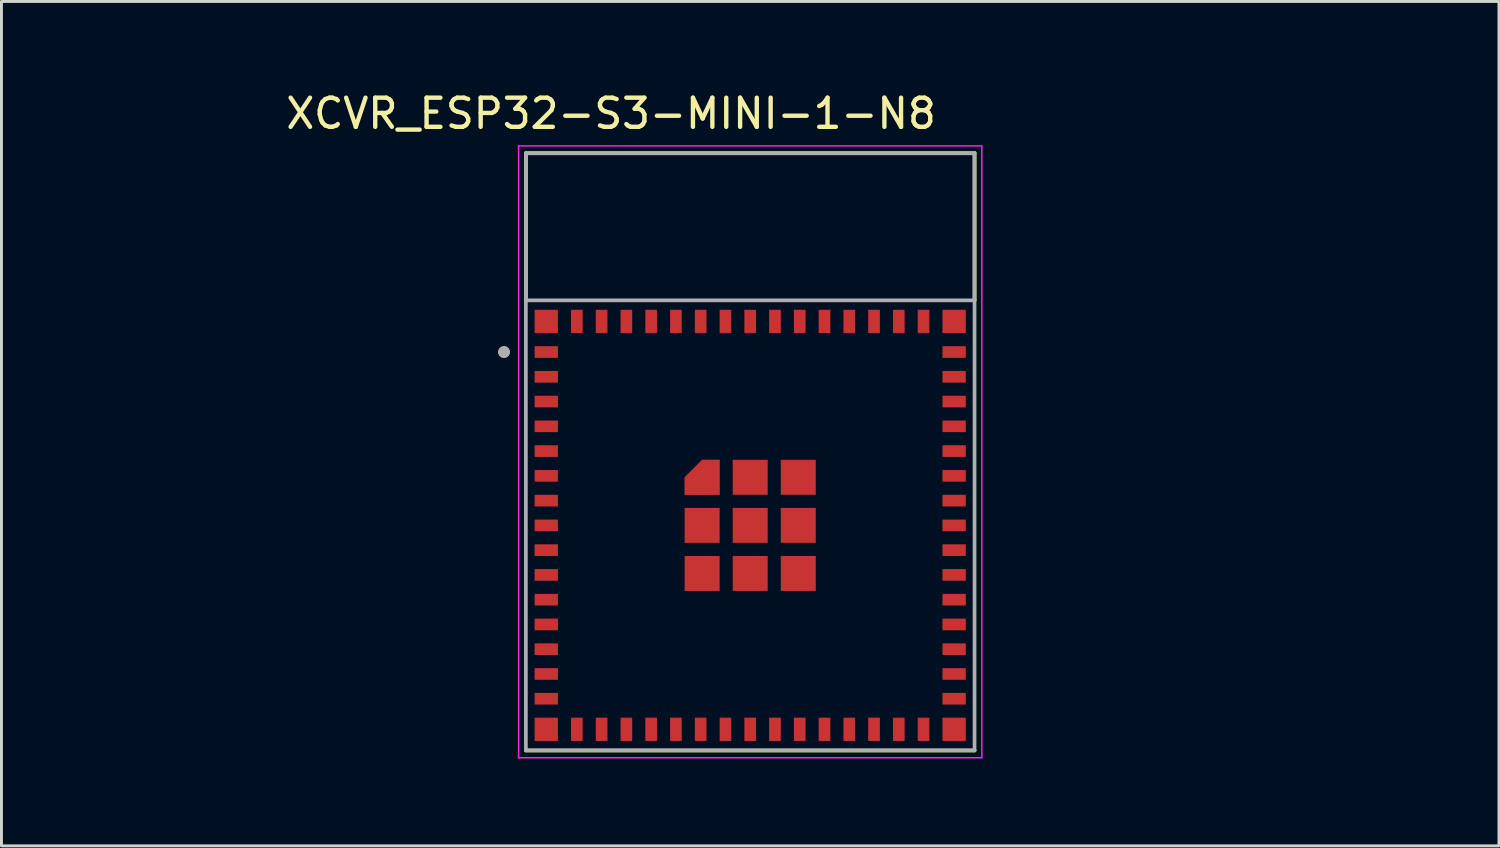
<source format=kicad_pcb>
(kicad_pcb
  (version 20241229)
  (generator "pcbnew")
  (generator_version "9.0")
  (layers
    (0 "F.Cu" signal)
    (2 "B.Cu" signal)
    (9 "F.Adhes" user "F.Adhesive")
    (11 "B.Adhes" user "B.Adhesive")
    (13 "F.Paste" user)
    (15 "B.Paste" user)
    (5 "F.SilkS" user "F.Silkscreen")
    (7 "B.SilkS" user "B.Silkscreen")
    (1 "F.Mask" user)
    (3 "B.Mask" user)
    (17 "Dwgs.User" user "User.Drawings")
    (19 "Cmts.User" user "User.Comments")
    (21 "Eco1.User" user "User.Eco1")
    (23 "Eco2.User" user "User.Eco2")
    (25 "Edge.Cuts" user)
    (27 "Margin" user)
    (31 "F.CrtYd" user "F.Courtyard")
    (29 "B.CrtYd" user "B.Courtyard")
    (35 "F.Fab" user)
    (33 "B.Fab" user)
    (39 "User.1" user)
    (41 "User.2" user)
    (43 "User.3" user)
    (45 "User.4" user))
  (footprint "XCVR_ESP32-S3-MINI-1-N8"
    (layer "F.Cu")
    (at 22.7 14.983)
    (property "Reference" "XCVR_ESP32-S3-MINI-1-N8" (at -4.775 -14.135 0) (layer "F.SilkS") (effects (font (size 1 1) (thickness 0.15))))
    (attr smd)
    (fp_poly (pts (xy -2.35 -0.95) (xy -0.95 -0.95) (xy -0.95 -2.35) (xy -1.7 -2.35) (xy -2.35 -1.7)) (stroke (width 0.01) (type solid)) (fill yes) (layer "F.Mask"))
    (fp_line (start -7.7 -12.775) (end 7.7 -12.775) (stroke (width 0.127) (type solid)) (layer "F.SilkS"))
    (fp_line (start -7.7 -7.725) (end -7.7 -12.775) (stroke (width 0.127) (type solid)) (layer "F.SilkS"))
    (fp_line (start 7.7 -12.775) (end 7.7 -7.725) (stroke (width 0.127) (type solid)) (layer "F.SilkS"))
    (fp_line (start 7.7 7.725) (end -7.7 7.725) (stroke (width 0.127) (type solid)) (layer "F.SilkS"))
    (fp_circle (center -8.45 -5.95) (end -8.35 -5.95) (stroke (width 0.2) (type solid)) (fill no) (layer "F.SilkS"))
    (fp_poly (pts (xy -2.25 -1.05) (xy -1.05 -1.05) (xy -1.05 -2.25) (xy -1.65 -2.25) (xy -2.25 -1.65)) (stroke (width 0.01) (type solid)) (fill yes) (layer "F.Paste"))
    (fp_line (start -7.95 -13.025) (end -7.95 7.975) (stroke (width 0.05) (type solid)) (layer "F.CrtYd"))
    (fp_line (start -7.95 7.975) (end 7.95 7.975) (stroke (width 0.05) (type solid)) (layer "F.CrtYd"))
    (fp_line (start 7.95 -13.025) (end -7.95 -13.025) (stroke (width 0.05) (type solid)) (layer "F.CrtYd"))
    (fp_line (start 7.95 7.975) (end 7.95 -13.025) (stroke (width 0.05) (type solid)) (layer "F.CrtYd"))
    (fp_line (start -7.7 -12.775) (end 7.7 -12.775) (stroke (width 0.127) (type solid)) (layer "F.Fab"))
    (fp_line (start -7.7 -7.725) (end -7.7 -12.775) (stroke (width 0.127) (type solid)) (layer "F.Fab"))
    (fp_line (start -7.7 -7.725) (end 7.7 -7.725) (stroke (width 0.127) (type solid)) (layer "F.Fab"))
    (fp_line (start -7.7 7.725) (end -7.7 -7.725) (stroke (width 0.127) (type solid)) (layer "F.Fab"))
    (fp_line (start 7.7 -12.775) (end 7.7 -7.725) (stroke (width 0.127) (type solid)) (layer "F.Fab"))
    (fp_line (start 7.7 -7.725) (end 7.7 7.725) (stroke (width 0.127) (type solid)) (layer "F.Fab"))
    (fp_line (start 7.7 7.725) (end -7.7 7.725) (stroke (width 0.127) (type solid)) (layer "F.Fab"))
    (fp_circle (center -8.45 -5.95) (end -8.35 -5.95) (stroke (width 0.2) (type solid)) (fill no) (layer "F.Fab"))
    (pad "1" smd rect (at -7 -5.95) (size 0.8 0.4) (layers "F.Cu" "F.Mask" "F.Paste"))
    (pad "2" smd rect (at -7 -5.1) (size 0.8 0.4) (layers "F.Cu" "F.Mask" "F.Paste"))
    (pad "3" smd rect (at -7 -4.25) (size 0.8 0.4) (layers "F.Cu" "F.Mask" "F.Paste"))
    (pad "4" smd rect (at -7 -3.4) (size 0.8 0.4) (layers "F.Cu" "F.Mask" "F.Paste"))
    (pad "5" smd rect (at -7 -2.55) (size 0.8 0.4) (layers "F.Cu" "F.Mask" "F.Paste"))
    (pad "6" smd rect (at -7 -1.7) (size 0.8 0.4) (layers "F.Cu" "F.Mask" "F.Paste"))
    (pad "7" smd rect (at -7 -0.85) (size 0.8 0.4) (layers "F.Cu" "F.Mask" "F.Paste"))
    (pad "8" smd rect (at -7 0) (size 0.8 0.4) (layers "F.Cu" "F.Mask" "F.Paste"))
    (pad "9" smd rect (at -7 0.85) (size 0.8 0.4) (layers "F.Cu" "F.Mask" "F.Paste"))
    (pad "10" smd rect (at -7 1.7) (size 0.8 0.4) (layers "F.Cu" "F.Mask" "F.Paste"))
    (pad "11" smd rect (at -7 2.55) (size 0.8 0.4) (layers "F.Cu" "F.Mask" "F.Paste"))
    (pad "12" smd rect (at -7 3.4) (size 0.8 0.4) (layers "F.Cu" "F.Mask" "F.Paste"))
    (pad "13" smd rect (at -7 4.25) (size 0.8 0.4) (layers "F.Cu" "F.Mask" "F.Paste"))
    (pad "14" smd rect (at -7 5.1) (size 0.8 0.4) (layers "F.Cu" "F.Mask" "F.Paste"))
    (pad "15" smd rect (at -7 5.95) (size 0.8 0.4) (layers "F.Cu" "F.Mask" "F.Paste"))
    (pad "16" smd rect (at -5.95 7) (size 0.4 0.8) (layers "F.Cu" "F.Mask" "F.Paste"))
    (pad "17" smd rect (at -5.1 7) (size 0.4 0.8) (layers "F.Cu" "F.Mask" "F.Paste"))
    (pad "18" smd rect (at -4.25 7) (size 0.4 0.8) (layers "F.Cu" "F.Mask" "F.Paste"))
    (pad "19" smd rect (at -3.4 7) (size 0.4 0.8) (layers "F.Cu" "F.Mask" "F.Paste"))
    (pad "20" smd rect (at -2.55 7) (size 0.4 0.8) (layers "F.Cu" "F.Mask" "F.Paste"))
    (pad "21" smd rect (at -1.7 7) (size 0.4 0.8) (layers "F.Cu" "F.Mask" "F.Paste"))
    (pad "22" smd rect (at -0.85 7) (size 0.4 0.8) (layers "F.Cu" "F.Mask" "F.Paste"))
    (pad "23" smd rect (at 0 7) (size 0.4 0.8) (layers "F.Cu" "F.Mask" "F.Paste"))
    (pad "24" smd rect (at 0.85 7) (size 0.4 0.8) (layers "F.Cu" "F.Mask" "F.Paste"))
    (pad "25" smd rect (at 1.7 7) (size 0.4 0.8) (layers "F.Cu" "F.Mask" "F.Paste"))
    (pad "26" smd rect (at 2.55 7) (size 0.4 0.8) (layers "F.Cu" "F.Mask" "F.Paste"))
    (pad "27" smd rect (at 3.4 7) (size 0.4 0.8) (layers "F.Cu" "F.Mask" "F.Paste"))
    (pad "28" smd rect (at 4.25 7) (size 0.4 0.8) (layers "F.Cu" "F.Mask" "F.Paste"))
    (pad "29" smd rect (at 5.1 7) (size 0.4 0.8) (layers "F.Cu" "F.Mask" "F.Paste"))
    (pad "30" smd rect (at 5.95 7) (size 0.4 0.8) (layers "F.Cu" "F.Mask" "F.Paste"))
    (pad "31" smd rect (at 7 5.95) (size 0.8 0.4) (layers "F.Cu" "F.Mask" "F.Paste"))
    (pad "32" smd rect (at 7 5.1) (size 0.8 0.4) (layers "F.Cu" "F.Mask" "F.Paste"))
    (pad "33" smd rect (at 7 4.25) (size 0.8 0.4) (layers "F.Cu" "F.Mask" "F.Paste"))
    (pad "34" smd rect (at 7 3.4) (size 0.8 0.4) (layers "F.Cu" "F.Mask" "F.Paste"))
    (pad "35" smd rect (at 7 2.55) (size 0.8 0.4) (layers "F.Cu" "F.Mask" "F.Paste"))
    (pad "36" smd rect (at 7 1.7) (size 0.8 0.4) (layers "F.Cu" "F.Mask" "F.Paste"))
    (pad "37" smd rect (at 7 0.85) (size 0.8 0.4) (layers "F.Cu" "F.Mask" "F.Paste"))
    (pad "38" smd rect (at 7 0) (size 0.8 0.4) (layers "F.Cu" "F.Mask" "F.Paste"))
    (pad "39" smd rect (at 7 -0.85) (size 0.8 0.4) (layers "F.Cu" "F.Mask" "F.Paste"))
    (pad "40" smd rect (at 7 -1.7) (size 0.8 0.4) (layers "F.Cu" "F.Mask" "F.Paste"))
    (pad "41" smd rect (at 7 -2.55) (size 0.8 0.4) (layers "F.Cu" "F.Mask" "F.Paste"))
    (pad "42" smd rect (at 7 -3.4) (size 0.8 0.4) (layers "F.Cu" "F.Mask" "F.Paste"))
    (pad "43" smd rect (at 7 -4.25) (size 0.8 0.4) (layers "F.Cu" "F.Mask" "F.Paste"))
    (pad "44" smd rect (at 7 -5.1) (size 0.8 0.4) (layers "F.Cu" "F.Mask" "F.Paste"))
    (pad "45" smd rect (at 7 -5.95) (size 0.8 0.4) (layers "F.Cu" "F.Mask" "F.Paste"))
    (pad "46" smd rect (at 5.95 -7) (size 0.4 0.8) (layers "F.Cu" "F.Mask" "F.Paste"))
    (pad "47" smd rect (at 5.1 -7) (size 0.4 0.8) (layers "F.Cu" "F.Mask" "F.Paste"))
    (pad "48" smd rect (at 4.25 -7) (size 0.4 0.8) (layers "F.Cu" "F.Mask" "F.Paste"))
    (pad "49" smd rect (at 3.4 -7) (size 0.4 0.8) (layers "F.Cu" "F.Mask" "F.Paste"))
    (pad "50" smd rect (at 2.55 -7) (size 0.4 0.8) (layers "F.Cu" "F.Mask" "F.Paste"))
    (pad "51" smd rect (at 1.7 -7) (size 0.4 0.8) (layers "F.Cu" "F.Mask" "F.Paste"))
    (pad "52" smd rect (at 0.85 -7) (size 0.4 0.8) (layers "F.Cu" "F.Mask" "F.Paste"))
    (pad "53" smd rect (at 0 -7) (size 0.4 0.8) (layers "F.Cu" "F.Mask" "F.Paste"))
    (pad "54" smd rect (at -0.85 -7) (size 0.4 0.8) (layers "F.Cu" "F.Mask" "F.Paste"))
    (pad "55" smd rect (at -1.7 -7) (size 0.4 0.8) (layers "F.Cu" "F.Mask" "F.Paste"))
    (pad "56" smd rect (at -2.55 -7) (size 0.4 0.8) (layers "F.Cu" "F.Mask" "F.Paste"))
    (pad "57" smd rect (at -3.4 -7) (size 0.4 0.8) (layers "F.Cu" "F.Mask" "F.Paste"))
    (pad "58" smd rect (at -4.25 -7) (size 0.4 0.8) (layers "F.Cu" "F.Mask" "F.Paste"))
    (pad "59" smd rect (at -5.1 -7) (size 0.4 0.8) (layers "F.Cu" "F.Mask" "F.Paste"))
    (pad "60" smd rect (at -5.95 -7) (size 0.4 0.8) (layers "F.Cu" "F.Mask" "F.Paste"))
    (pad "61" smd rect (at 0 0) (size 1.2 1.2) (layers "F.Cu" "F.Mask" "F.Paste"))
    (pad "61_1" smd custom (at -1.65 -1.65) (size 0.4 0.4) (layers "F.Cu") (options (anchor rect)) (primitives (gr_poly (pts (xy -0.6 0.6) (xy 0.6 0.6) (xy 0.6 -0.6) (xy 0 -0.6) (xy -0.6 0)) (width 0.01) (fill yes))))
    (pad "61_2" smd rect (at 0 -1.65) (size 1.2 1.2) (layers "F.Cu" "F.Mask" "F.Paste"))
    (pad "61_3" smd rect (at 1.65 -1.65) (size 1.2 1.2) (layers "F.Cu" "F.Mask" "F.Paste"))
    (pad "61_4" smd rect (at 1.65 0) (size 1.2 1.2) (layers "F.Cu" "F.Mask" "F.Paste"))
    (pad "61_5" smd rect (at 1.65 1.65) (size 1.2 1.2) (layers "F.Cu" "F.Mask" "F.Paste"))
    (pad "61_6" smd rect (at 0 1.65) (size 1.2 1.2) (layers "F.Cu" "F.Mask" "F.Paste"))
    (pad "61_7" smd rect (at -1.65 1.65) (size 1.2 1.2) (layers "F.Cu" "F.Mask" "F.Paste"))
    (pad "61_8" smd rect (at -1.65 0) (size 1.2 1.2) (layers "F.Cu" "F.Mask" "F.Paste"))
    (pad "62" smd rect (at -7 -7) (size 0.8 0.8) (layers "F.Cu" "F.Mask" "F.Paste"))
    (pad "63" smd rect (at -7 7) (size 0.8 0.8) (layers "F.Cu" "F.Mask" "F.Paste"))
    (pad "64" smd rect (at 7 7) (size 0.8 0.8) (layers "F.Cu" "F.Mask" "F.Paste"))
    (pad "65" smd rect (at 7 -7) (size 0.8 0.8) (layers "F.Cu" "F.Mask" "F.Paste"))
    (zone (net_name "") (layers "F.Cu" "B.Cu") (hatch full 0.508) (connect_pads) (min_thickness 0.01) (filled_areas_thickness no) (keepout (tracks not_allowed) (vias not_allowed) (pads not_allowed) (copperpour not_allowed) (footprints allowed)) (placement (enabled no)) (fill) (polygon (pts (xy 0 2.208) (xy 45.4 2.208) (xy 45.4 7.258) (xy 0 7.258)))))
  (gr_rect
    (start -3 -3)
    (end 48.4 25.983)
    (stroke (width 0.1) (type default))
    (fill no)
    (layer "Edge.Cuts")))
</source>
